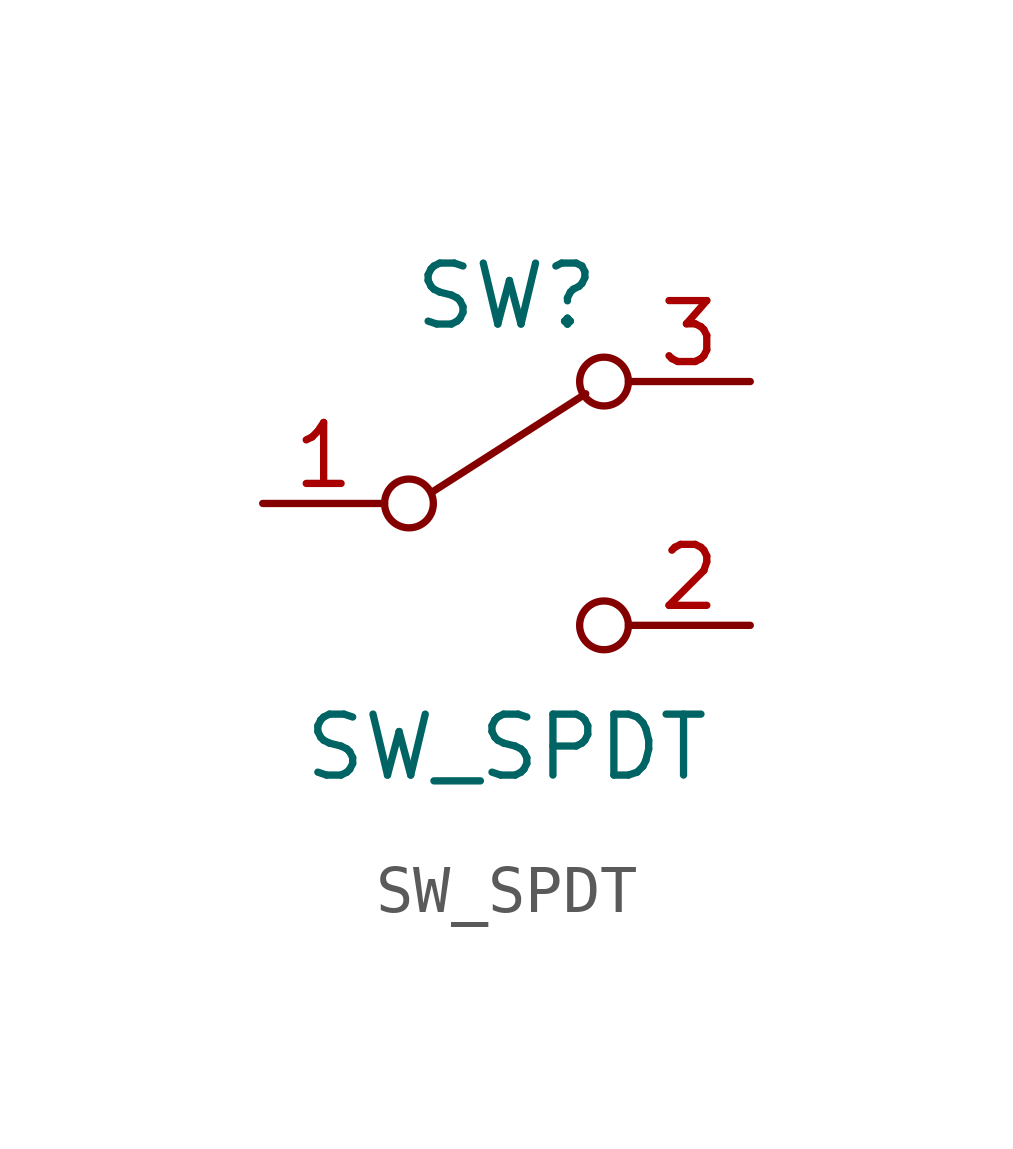
<source format=kicad_sym>
(kicad_symbol_lib
  (version 20201005)
  (generator kicad_symbol_editor)
  (symbol "switch:SW_SPDT"
    (pin_names
      (offset 0) hide)
    (property "Reference" "SW"
      (at 0 4.318 0)
      (effects (font (size 1.27 1.27))))
    (property "Value" "SW_SPDT"
      (at 0 -5.08 0)
      (effects (font (size 1.27 1.27))))
    (symbol "SW_SPDT_0_0"
      (circle (center -2.032 0) (radius 0.508) (stroke (width 0)) (fill (type none)))
      (circle (center 2.032 -2.54) (radius 0.508) (stroke (width 0)) (fill (type none))))
    (symbol "SW_SPDT_0_1"
      (circle (center 2.032 2.54) (radius 0.508) (stroke (width 0)) (fill (type none)))
      (polyline (pts (xy -1.524 0.254) (xy 1.651 2.286)) (stroke (width 0)) (fill (type none))))
    (symbol "SW_SPDT_1_1"
      (pin passive line (at -5.08 0 0) (length 2.54) (name "B" (effects (font (size 1.27 1.27)))) (number "1" (effects (font (size 1.27 1.27)))))
      (pin passive line (at 5.08 -2.54 180) (length 2.54) (name "C" (effects (font (size 1.27 1.27)))) (number "2" (effects (font (size 1.27 1.27)))))
      (pin passive line (at 5.08 2.54 180) (length 2.54) (name "A" (effects (font (size 1.27 1.27)))) (number "3" (effects (font (size 1.27 1.27))))))))
</source>
